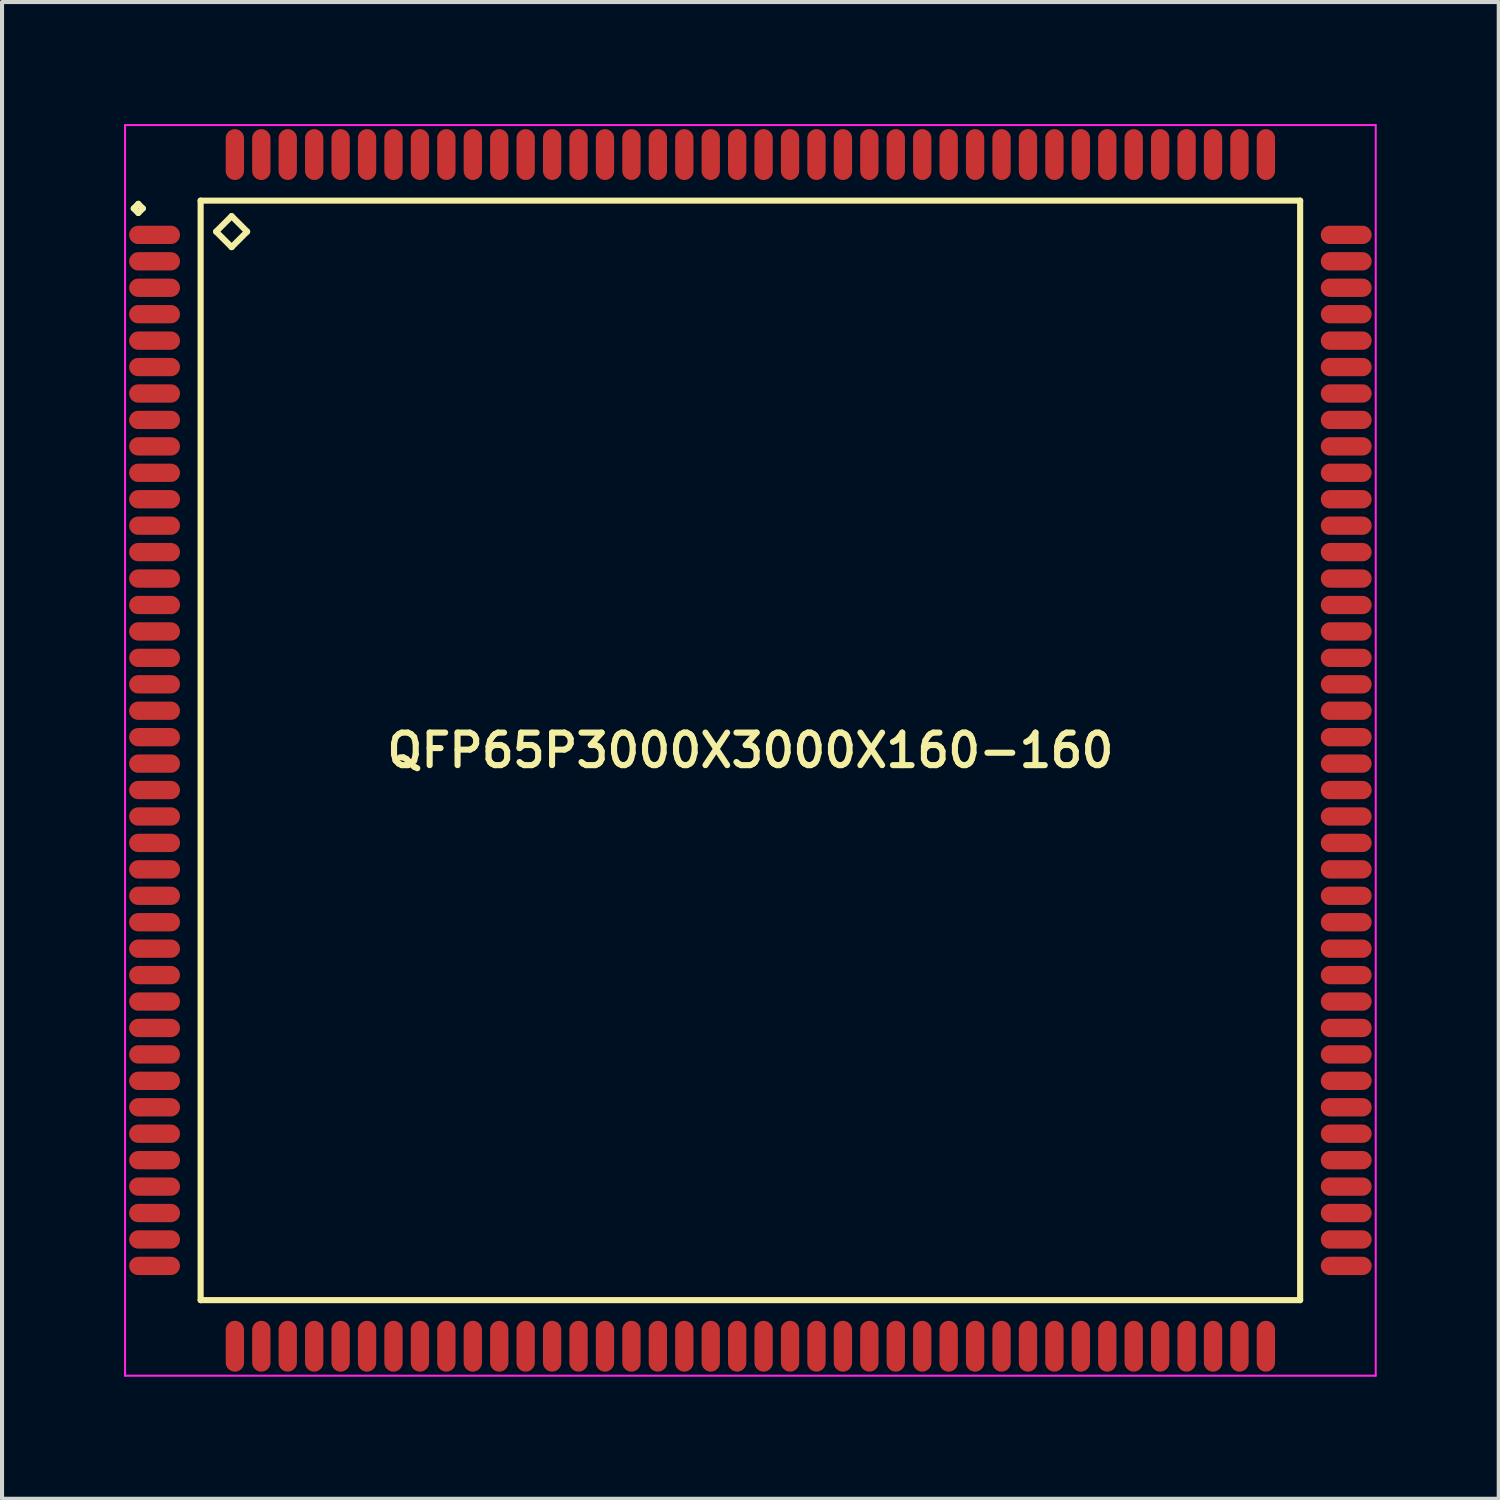
<source format=kicad_pcb>
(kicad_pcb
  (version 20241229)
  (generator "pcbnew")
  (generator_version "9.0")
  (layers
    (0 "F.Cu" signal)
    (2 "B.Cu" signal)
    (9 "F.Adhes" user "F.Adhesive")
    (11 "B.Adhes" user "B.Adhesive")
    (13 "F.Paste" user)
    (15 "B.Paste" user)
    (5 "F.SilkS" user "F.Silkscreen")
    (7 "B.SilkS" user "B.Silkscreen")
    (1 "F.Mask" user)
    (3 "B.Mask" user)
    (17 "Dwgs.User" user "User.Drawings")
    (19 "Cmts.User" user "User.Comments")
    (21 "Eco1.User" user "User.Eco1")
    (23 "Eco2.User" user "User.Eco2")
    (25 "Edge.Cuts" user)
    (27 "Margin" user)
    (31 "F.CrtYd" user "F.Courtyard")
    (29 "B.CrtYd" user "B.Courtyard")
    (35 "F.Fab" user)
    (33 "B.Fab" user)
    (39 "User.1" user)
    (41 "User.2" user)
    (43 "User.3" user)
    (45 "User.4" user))
  (footprint "QFP65P3000X3000X160-160"
    (layer "F.Cu")
    (at 15.4 15.4)
    (property "Reference" "QFP65P3000X3000X160-160" (at 0 0 0) (layer "F.SilkS") (effects (font (size 0.8 0.8) (thickness 0.15))))
    (attr smd)
    (fp_line (start -15.162 -13.325) (end -15.05 -13.438) (stroke (width 0.15) (type solid)) (layer "F.SilkS"))
    (fp_line (start -15.05 -13.438) (end -14.938 -13.325) (stroke (width 0.15) (type solid)) (layer "F.SilkS"))
    (fp_line (start -15.05 -13.213) (end -15.162 -13.325) (stroke (width 0.15) (type solid)) (layer "F.SilkS"))
    (fp_line (start -14.938 -13.325) (end -15.05 -13.213) (stroke (width 0.15) (type solid)) (layer "F.SilkS"))
    (fp_line (start -13.517 -13.517) (end -13.517 13.517) (stroke (width 0.15) (type solid)) (layer "F.SilkS"))
    (fp_line (start -13.517 13.517) (end 13.517 13.517) (stroke (width 0.15) (type solid)) (layer "F.SilkS"))
    (fp_line (start -13.136 -12.755) (end -12.755 -13.136) (stroke (width 0.15) (type solid)) (layer "F.SilkS"))
    (fp_line (start -12.755 -13.136) (end -12.374 -12.755) (stroke (width 0.15) (type solid)) (layer "F.SilkS"))
    (fp_line (start -12.755 -12.374) (end -13.136 -12.755) (stroke (width 0.15) (type solid)) (layer "F.SilkS"))
    (fp_line (start -12.374 -12.755) (end -12.755 -12.374) (stroke (width 0.15) (type solid)) (layer "F.SilkS"))
    (fp_line (start 13.517 -13.517) (end -13.517 -13.517) (stroke (width 0.15) (type solid)) (layer "F.SilkS"))
    (fp_line (start 13.517 13.517) (end 13.517 -13.517) (stroke (width 0.15) (type solid)) (layer "F.SilkS"))
    (fp_line (start -15.375 -15.375) (end 15.375 -15.375) (stroke (width 0.05) (type solid)) (layer "F.CrtYd"))
    (fp_line (start -15.375 15.375) (end -15.375 -15.375) (stroke (width 0.05) (type solid)) (layer "F.CrtYd"))
    (fp_line (start 15.375 -15.375) (end 15.375 15.375) (stroke (width 0.05) (type solid)) (layer "F.CrtYd"))
    (fp_line (start 15.375 15.375) (end -15.375 15.375) (stroke (width 0.05) (type solid)) (layer "F.CrtYd"))
    (pad "1" smd oval (at -14.65 -12.675) (size 1.25 0.45) (layers "F.Cu" "F.Mask" "F.Paste"))
    (pad "2" smd oval (at -14.65 -12.025) (size 1.25 0.45) (layers "F.Cu" "F.Mask" "F.Paste"))
    (pad "3" smd oval (at -14.65 -11.375) (size 1.25 0.45) (layers "F.Cu" "F.Mask" "F.Paste"))
    (pad "4" smd oval (at -14.65 -10.725) (size 1.25 0.45) (layers "F.Cu" "F.Mask" "F.Paste"))
    (pad "5" smd oval (at -14.65 -10.075) (size 1.25 0.45) (layers "F.Cu" "F.Mask" "F.Paste"))
    (pad "6" smd oval (at -14.65 -9.425) (size 1.25 0.45) (layers "F.Cu" "F.Mask" "F.Paste"))
    (pad "7" smd oval (at -14.65 -8.775) (size 1.25 0.45) (layers "F.Cu" "F.Mask" "F.Paste"))
    (pad "8" smd oval (at -14.65 -8.125) (size 1.25 0.45) (layers "F.Cu" "F.Mask" "F.Paste"))
    (pad "9" smd oval (at -14.65 -7.475) (size 1.25 0.45) (layers "F.Cu" "F.Mask" "F.Paste"))
    (pad "10" smd oval (at -14.65 -6.825) (size 1.25 0.45) (layers "F.Cu" "F.Mask" "F.Paste"))
    (pad "11" smd oval (at -14.65 -6.175) (size 1.25 0.45) (layers "F.Cu" "F.Mask" "F.Paste"))
    (pad "12" smd oval (at -14.65 -5.525) (size 1.25 0.45) (layers "F.Cu" "F.Mask" "F.Paste"))
    (pad "13" smd oval (at -14.65 -4.875) (size 1.25 0.45) (layers "F.Cu" "F.Mask" "F.Paste"))
    (pad "14" smd oval (at -14.65 -4.225) (size 1.25 0.45) (layers "F.Cu" "F.Mask" "F.Paste"))
    (pad "15" smd oval (at -14.65 -3.575) (size 1.25 0.45) (layers "F.Cu" "F.Mask" "F.Paste"))
    (pad "16" smd oval (at -14.65 -2.925) (size 1.25 0.45) (layers "F.Cu" "F.Mask" "F.Paste"))
    (pad "17" smd oval (at -14.65 -2.275) (size 1.25 0.45) (layers "F.Cu" "F.Mask" "F.Paste"))
    (pad "18" smd oval (at -14.65 -1.625) (size 1.25 0.45) (layers "F.Cu" "F.Mask" "F.Paste"))
    (pad "19" smd oval (at -14.65 -0.975) (size 1.25 0.45) (layers "F.Cu" "F.Mask" "F.Paste"))
    (pad "20" smd oval (at -14.65 -0.325) (size 1.25 0.45) (layers "F.Cu" "F.Mask" "F.Paste"))
    (pad "21" smd oval (at -14.65 0.325) (size 1.25 0.45) (layers "F.Cu" "F.Mask" "F.Paste"))
    (pad "22" smd oval (at -14.65 0.975) (size 1.25 0.45) (layers "F.Cu" "F.Mask" "F.Paste"))
    (pad "23" smd oval (at -14.65 1.625) (size 1.25 0.45) (layers "F.Cu" "F.Mask" "F.Paste"))
    (pad "24" smd oval (at -14.65 2.275) (size 1.25 0.45) (layers "F.Cu" "F.Mask" "F.Paste"))
    (pad "25" smd oval (at -14.65 2.925) (size 1.25 0.45) (layers "F.Cu" "F.Mask" "F.Paste"))
    (pad "26" smd oval (at -14.65 3.575) (size 1.25 0.45) (layers "F.Cu" "F.Mask" "F.Paste"))
    (pad "27" smd oval (at -14.65 4.225) (size 1.25 0.45) (layers "F.Cu" "F.Mask" "F.Paste"))
    (pad "28" smd oval (at -14.65 4.875) (size 1.25 0.45) (layers "F.Cu" "F.Mask" "F.Paste"))
    (pad "29" smd oval (at -14.65 5.525) (size 1.25 0.45) (layers "F.Cu" "F.Mask" "F.Paste"))
    (pad "30" smd oval (at -14.65 6.175) (size 1.25 0.45) (layers "F.Cu" "F.Mask" "F.Paste"))
    (pad "31" smd oval (at -14.65 6.825) (size 1.25 0.45) (layers "F.Cu" "F.Mask" "F.Paste"))
    (pad "32" smd oval (at -14.65 7.475) (size 1.25 0.45) (layers "F.Cu" "F.Mask" "F.Paste"))
    (pad "33" smd oval (at -14.65 8.125) (size 1.25 0.45) (layers "F.Cu" "F.Mask" "F.Paste"))
    (pad "34" smd oval (at -14.65 8.775) (size 1.25 0.45) (layers "F.Cu" "F.Mask" "F.Paste"))
    (pad "35" smd oval (at -14.65 9.425) (size 1.25 0.45) (layers "F.Cu" "F.Mask" "F.Paste"))
    (pad "36" smd oval (at -14.65 10.075) (size 1.25 0.45) (layers "F.Cu" "F.Mask" "F.Paste"))
    (pad "37" smd oval (at -14.65 10.725) (size 1.25 0.45) (layers "F.Cu" "F.Mask" "F.Paste"))
    (pad "38" smd oval (at -14.65 11.375) (size 1.25 0.45) (layers "F.Cu" "F.Mask" "F.Paste"))
    (pad "39" smd oval (at -14.65 12.025) (size 1.25 0.45) (layers "F.Cu" "F.Mask" "F.Paste"))
    (pad "40" smd oval (at -14.65 12.675) (size 1.25 0.45) (layers "F.Cu" "F.Mask" "F.Paste"))
    (pad "41" smd oval (at -12.675 14.65) (size 0.45 1.25) (layers "F.Cu" "F.Mask" "F.Paste"))
    (pad "42" smd oval (at -12.025 14.65) (size 0.45 1.25) (layers "F.Cu" "F.Mask" "F.Paste"))
    (pad "43" smd oval (at -11.375 14.65) (size 0.45 1.25) (layers "F.Cu" "F.Mask" "F.Paste"))
    (pad "44" smd oval (at -10.725 14.65) (size 0.45 1.25) (layers "F.Cu" "F.Mask" "F.Paste"))
    (pad "45" smd oval (at -10.075 14.65) (size 0.45 1.25) (layers "F.Cu" "F.Mask" "F.Paste"))
    (pad "46" smd oval (at -9.425 14.65) (size 0.45 1.25) (layers "F.Cu" "F.Mask" "F.Paste"))
    (pad "47" smd oval (at -8.775 14.65) (size 0.45 1.25) (layers "F.Cu" "F.Mask" "F.Paste"))
    (pad "48" smd oval (at -8.125 14.65) (size 0.45 1.25) (layers "F.Cu" "F.Mask" "F.Paste"))
    (pad "49" smd oval (at -7.475 14.65) (size 0.45 1.25) (layers "F.Cu" "F.Mask" "F.Paste"))
    (pad "50" smd oval (at -6.825 14.65) (size 0.45 1.25) (layers "F.Cu" "F.Mask" "F.Paste"))
    (pad "51" smd oval (at -6.175 14.65) (size 0.45 1.25) (layers "F.Cu" "F.Mask" "F.Paste"))
    (pad "52" smd oval (at -5.525 14.65) (size 0.45 1.25) (layers "F.Cu" "F.Mask" "F.Paste"))
    (pad "53" smd oval (at -4.875 14.65) (size 0.45 1.25) (layers "F.Cu" "F.Mask" "F.Paste"))
    (pad "54" smd oval (at -4.225 14.65) (size 0.45 1.25) (layers "F.Cu" "F.Mask" "F.Paste"))
    (pad "55" smd oval (at -3.575 14.65) (size 0.45 1.25) (layers "F.Cu" "F.Mask" "F.Paste"))
    (pad "56" smd oval (at -2.925 14.65) (size 0.45 1.25) (layers "F.Cu" "F.Mask" "F.Paste"))
    (pad "57" smd oval (at -2.275 14.65) (size 0.45 1.25) (layers "F.Cu" "F.Mask" "F.Paste"))
    (pad "58" smd oval (at -1.625 14.65) (size 0.45 1.25) (layers "F.Cu" "F.Mask" "F.Paste"))
    (pad "59" smd oval (at -0.975 14.65) (size 0.45 1.25) (layers "F.Cu" "F.Mask" "F.Paste"))
    (pad "60" smd oval (at -0.325 14.65) (size 0.45 1.25) (layers "F.Cu" "F.Mask" "F.Paste"))
    (pad "61" smd oval (at 0.325 14.65) (size 0.45 1.25) (layers "F.Cu" "F.Mask" "F.Paste"))
    (pad "62" smd oval (at 0.975 14.65) (size 0.45 1.25) (layers "F.Cu" "F.Mask" "F.Paste"))
    (pad "63" smd oval (at 1.625 14.65) (size 0.45 1.25) (layers "F.Cu" "F.Mask" "F.Paste"))
    (pad "64" smd oval (at 2.275 14.65) (size 0.45 1.25) (layers "F.Cu" "F.Mask" "F.Paste"))
    (pad "65" smd oval (at 2.925 14.65) (size 0.45 1.25) (layers "F.Cu" "F.Mask" "F.Paste"))
    (pad "66" smd oval (at 3.575 14.65) (size 0.45 1.25) (layers "F.Cu" "F.Mask" "F.Paste"))
    (pad "67" smd oval (at 4.225 14.65) (size 0.45 1.25) (layers "F.Cu" "F.Mask" "F.Paste"))
    (pad "68" smd oval (at 4.875 14.65) (size 0.45 1.25) (layers "F.Cu" "F.Mask" "F.Paste"))
    (pad "69" smd oval (at 5.525 14.65) (size 0.45 1.25) (layers "F.Cu" "F.Mask" "F.Paste"))
    (pad "70" smd oval (at 6.175 14.65) (size 0.45 1.25) (layers "F.Cu" "F.Mask" "F.Paste"))
    (pad "71" smd oval (at 6.825 14.65) (size 0.45 1.25) (layers "F.Cu" "F.Mask" "F.Paste"))
    (pad "72" smd oval (at 7.475 14.65) (size 0.45 1.25) (layers "F.Cu" "F.Mask" "F.Paste"))
    (pad "73" smd oval (at 8.125 14.65) (size 0.45 1.25) (layers "F.Cu" "F.Mask" "F.Paste"))
    (pad "74" smd oval (at 8.775 14.65) (size 0.45 1.25) (layers "F.Cu" "F.Mask" "F.Paste"))
    (pad "75" smd oval (at 9.425 14.65) (size 0.45 1.25) (layers "F.Cu" "F.Mask" "F.Paste"))
    (pad "76" smd oval (at 10.075 14.65) (size 0.45 1.25) (layers "F.Cu" "F.Mask" "F.Paste"))
    (pad "77" smd oval (at 10.725 14.65) (size 0.45 1.25) (layers "F.Cu" "F.Mask" "F.Paste"))
    (pad "78" smd oval (at 11.375 14.65) (size 0.45 1.25) (layers "F.Cu" "F.Mask" "F.Paste"))
    (pad "79" smd oval (at 12.025 14.65) (size 0.45 1.25) (layers "F.Cu" "F.Mask" "F.Paste"))
    (pad "80" smd oval (at 12.675 14.65) (size 0.45 1.25) (layers "F.Cu" "F.Mask" "F.Paste"))
    (pad "81" smd oval (at 14.65 12.675) (size 1.25 0.45) (layers "F.Cu" "F.Mask" "F.Paste"))
    (pad "82" smd oval (at 14.65 12.025) (size 1.25 0.45) (layers "F.Cu" "F.Mask" "F.Paste"))
    (pad "83" smd oval (at 14.65 11.375) (size 1.25 0.45) (layers "F.Cu" "F.Mask" "F.Paste"))
    (pad "84" smd oval (at 14.65 10.725) (size 1.25 0.45) (layers "F.Cu" "F.Mask" "F.Paste"))
    (pad "85" smd oval (at 14.65 10.075) (size 1.25 0.45) (layers "F.Cu" "F.Mask" "F.Paste"))
    (pad "86" smd oval (at 14.65 9.425) (size 1.25 0.45) (layers "F.Cu" "F.Mask" "F.Paste"))
    (pad "87" smd oval (at 14.65 8.775) (size 1.25 0.45) (layers "F.Cu" "F.Mask" "F.Paste"))
    (pad "88" smd oval (at 14.65 8.125) (size 1.25 0.45) (layers "F.Cu" "F.Mask" "F.Paste"))
    (pad "89" smd oval (at 14.65 7.475) (size 1.25 0.45) (layers "F.Cu" "F.Mask" "F.Paste"))
    (pad "90" smd oval (at 14.65 6.825) (size 1.25 0.45) (layers "F.Cu" "F.Mask" "F.Paste"))
    (pad "91" smd oval (at 14.65 6.175) (size 1.25 0.45) (layers "F.Cu" "F.Mask" "F.Paste"))
    (pad "92" smd oval (at 14.65 5.525) (size 1.25 0.45) (layers "F.Cu" "F.Mask" "F.Paste"))
    (pad "93" smd oval (at 14.65 4.875) (size 1.25 0.45) (layers "F.Cu" "F.Mask" "F.Paste"))
    (pad "94" smd oval (at 14.65 4.225) (size 1.25 0.45) (layers "F.Cu" "F.Mask" "F.Paste"))
    (pad "95" smd oval (at 14.65 3.575) (size 1.25 0.45) (layers "F.Cu" "F.Mask" "F.Paste"))
    (pad "96" smd oval (at 14.65 2.925) (size 1.25 0.45) (layers "F.Cu" "F.Mask" "F.Paste"))
    (pad "97" smd oval (at 14.65 2.275) (size 1.25 0.45) (layers "F.Cu" "F.Mask" "F.Paste"))
    (pad "98" smd oval (at 14.65 1.625) (size 1.25 0.45) (layers "F.Cu" "F.Mask" "F.Paste"))
    (pad "99" smd oval (at 14.65 0.975) (size 1.25 0.45) (layers "F.Cu" "F.Mask" "F.Paste"))
    (pad "100" smd oval (at 14.65 0.325) (size 1.25 0.45) (layers "F.Cu" "F.Mask" "F.Paste"))
    (pad "101" smd oval (at 14.65 -0.325) (size 1.25 0.45) (layers "F.Cu" "F.Mask" "F.Paste"))
    (pad "102" smd oval (at 14.65 -0.975) (size 1.25 0.45) (layers "F.Cu" "F.Mask" "F.Paste"))
    (pad "103" smd oval (at 14.65 -1.625) (size 1.25 0.45) (layers "F.Cu" "F.Mask" "F.Paste"))
    (pad "104" smd oval (at 14.65 -2.275) (size 1.25 0.45) (layers "F.Cu" "F.Mask" "F.Paste"))
    (pad "105" smd oval (at 14.65 -2.925) (size 1.25 0.45) (layers "F.Cu" "F.Mask" "F.Paste"))
    (pad "106" smd oval (at 14.65 -3.575) (size 1.25 0.45) (layers "F.Cu" "F.Mask" "F.Paste"))
    (pad "107" smd oval (at 14.65 -4.225) (size 1.25 0.45) (layers "F.Cu" "F.Mask" "F.Paste"))
    (pad "108" smd oval (at 14.65 -4.875) (size 1.25 0.45) (layers "F.Cu" "F.Mask" "F.Paste"))
    (pad "109" smd oval (at 14.65 -5.525) (size 1.25 0.45) (layers "F.Cu" "F.Mask" "F.Paste"))
    (pad "110" smd oval (at 14.65 -6.175) (size 1.25 0.45) (layers "F.Cu" "F.Mask" "F.Paste"))
    (pad "111" smd oval (at 14.65 -6.825) (size 1.25 0.45) (layers "F.Cu" "F.Mask" "F.Paste"))
    (pad "112" smd oval (at 14.65 -7.475) (size 1.25 0.45) (layers "F.Cu" "F.Mask" "F.Paste"))
    (pad "113" smd oval (at 14.65 -8.125) (size 1.25 0.45) (layers "F.Cu" "F.Mask" "F.Paste"))
    (pad "114" smd oval (at 14.65 -8.775) (size 1.25 0.45) (layers "F.Cu" "F.Mask" "F.Paste"))
    (pad "115" smd oval (at 14.65 -9.425) (size 1.25 0.45) (layers "F.Cu" "F.Mask" "F.Paste"))
    (pad "116" smd oval (at 14.65 -10.075) (size 1.25 0.45) (layers "F.Cu" "F.Mask" "F.Paste"))
    (pad "117" smd oval (at 14.65 -10.725) (size 1.25 0.45) (layers "F.Cu" "F.Mask" "F.Paste"))
    (pad "118" smd oval (at 14.65 -11.375) (size 1.25 0.45) (layers "F.Cu" "F.Mask" "F.Paste"))
    (pad "119" smd oval (at 14.65 -12.025) (size 1.25 0.45) (layers "F.Cu" "F.Mask" "F.Paste"))
    (pad "120" smd oval (at 14.65 -12.675) (size 1.25 0.45) (layers "F.Cu" "F.Mask" "F.Paste"))
    (pad "121" smd oval (at 12.675 -14.65) (size 0.45 1.25) (layers "F.Cu" "F.Mask" "F.Paste"))
    (pad "122" smd oval (at 12.025 -14.65) (size 0.45 1.25) (layers "F.Cu" "F.Mask" "F.Paste"))
    (pad "123" smd oval (at 11.375 -14.65) (size 0.45 1.25) (layers "F.Cu" "F.Mask" "F.Paste"))
    (pad "124" smd oval (at 10.725 -14.65) (size 0.45 1.25) (layers "F.Cu" "F.Mask" "F.Paste"))
    (pad "125" smd oval (at 10.075 -14.65) (size 0.45 1.25) (layers "F.Cu" "F.Mask" "F.Paste"))
    (pad "126" smd oval (at 9.425 -14.65) (size 0.45 1.25) (layers "F.Cu" "F.Mask" "F.Paste"))
    (pad "127" smd oval (at 8.775 -14.65) (size 0.45 1.25) (layers "F.Cu" "F.Mask" "F.Paste"))
    (pad "128" smd oval (at 8.125 -14.65) (size 0.45 1.25) (layers "F.Cu" "F.Mask" "F.Paste"))
    (pad "129" smd oval (at 7.475 -14.65) (size 0.45 1.25) (layers "F.Cu" "F.Mask" "F.Paste"))
    (pad "130" smd oval (at 6.825 -14.65) (size 0.45 1.25) (layers "F.Cu" "F.Mask" "F.Paste"))
    (pad "131" smd oval (at 6.175 -14.65) (size 0.45 1.25) (layers "F.Cu" "F.Mask" "F.Paste"))
    (pad "132" smd oval (at 5.525 -14.65) (size 0.45 1.25) (layers "F.Cu" "F.Mask" "F.Paste"))
    (pad "133" smd oval (at 4.875 -14.65) (size 0.45 1.25) (layers "F.Cu" "F.Mask" "F.Paste"))
    (pad "134" smd oval (at 4.225 -14.65) (size 0.45 1.25) (layers "F.Cu" "F.Mask" "F.Paste"))
    (pad "135" smd oval (at 3.575 -14.65) (size 0.45 1.25) (layers "F.Cu" "F.Mask" "F.Paste"))
    (pad "136" smd oval (at 2.925 -14.65) (size 0.45 1.25) (layers "F.Cu" "F.Mask" "F.Paste"))
    (pad "137" smd oval (at 2.275 -14.65) (size 0.45 1.25) (layers "F.Cu" "F.Mask" "F.Paste"))
    (pad "138" smd oval (at 1.625 -14.65) (size 0.45 1.25) (layers "F.Cu" "F.Mask" "F.Paste"))
    (pad "139" smd oval (at 0.975 -14.65) (size 0.45 1.25) (layers "F.Cu" "F.Mask" "F.Paste"))
    (pad "140" smd oval (at 0.325 -14.65) (size 0.45 1.25) (layers "F.Cu" "F.Mask" "F.Paste"))
    (pad "141" smd oval (at -0.325 -14.65) (size 0.45 1.25) (layers "F.Cu" "F.Mask" "F.Paste"))
    (pad "142" smd oval (at -0.975 -14.65) (size 0.45 1.25) (layers "F.Cu" "F.Mask" "F.Paste"))
    (pad "143" smd oval (at -1.625 -14.65) (size 0.45 1.25) (layers "F.Cu" "F.Mask" "F.Paste"))
    (pad "144" smd oval (at -2.275 -14.65) (size 0.45 1.25) (layers "F.Cu" "F.Mask" "F.Paste"))
    (pad "145" smd oval (at -2.925 -14.65) (size 0.45 1.25) (layers "F.Cu" "F.Mask" "F.Paste"))
    (pad "146" smd oval (at -3.575 -14.65) (size 0.45 1.25) (layers "F.Cu" "F.Mask" "F.Paste"))
    (pad "147" smd oval (at -4.225 -14.65) (size 0.45 1.25) (layers "F.Cu" "F.Mask" "F.Paste"))
    (pad "148" smd oval (at -4.875 -14.65) (size 0.45 1.25) (layers "F.Cu" "F.Mask" "F.Paste"))
    (pad "149" smd oval (at -5.525 -14.65) (size 0.45 1.25) (layers "F.Cu" "F.Mask" "F.Paste"))
    (pad "150" smd oval (at -6.175 -14.65) (size 0.45 1.25) (layers "F.Cu" "F.Mask" "F.Paste"))
    (pad "151" smd oval (at -6.825 -14.65) (size 0.45 1.25) (layers "F.Cu" "F.Mask" "F.Paste"))
    (pad "152" smd oval (at -7.475 -14.65) (size 0.45 1.25) (layers "F.Cu" "F.Mask" "F.Paste"))
    (pad "153" smd oval (at -8.125 -14.65) (size 0.45 1.25) (layers "F.Cu" "F.Mask" "F.Paste"))
    (pad "154" smd oval (at -8.775 -14.65) (size 0.45 1.25) (layers "F.Cu" "F.Mask" "F.Paste"))
    (pad "155" smd oval (at -9.425 -14.65) (size 0.45 1.25) (layers "F.Cu" "F.Mask" "F.Paste"))
    (pad "156" smd oval (at -10.075 -14.65) (size 0.45 1.25) (layers "F.Cu" "F.Mask" "F.Paste"))
    (pad "157" smd oval (at -10.725 -14.65) (size 0.45 1.25) (layers "F.Cu" "F.Mask" "F.Paste"))
    (pad "158" smd oval (at -11.375 -14.65) (size 0.45 1.25) (layers "F.Cu" "F.Mask" "F.Paste"))
    (pad "159" smd oval (at -12.025 -14.65) (size 0.45 1.25) (layers "F.Cu" "F.Mask" "F.Paste"))
    (pad "160" smd oval (at -12.675 -14.65) (size 0.45 1.25) (layers "F.Cu" "F.Mask" "F.Paste")))
  (gr_rect
    (start -3 -3)
    (end 33.8 33.8)
    (stroke (width 0.1) (type default))
    (fill no)
    (layer "Edge.Cuts")))
</source>
